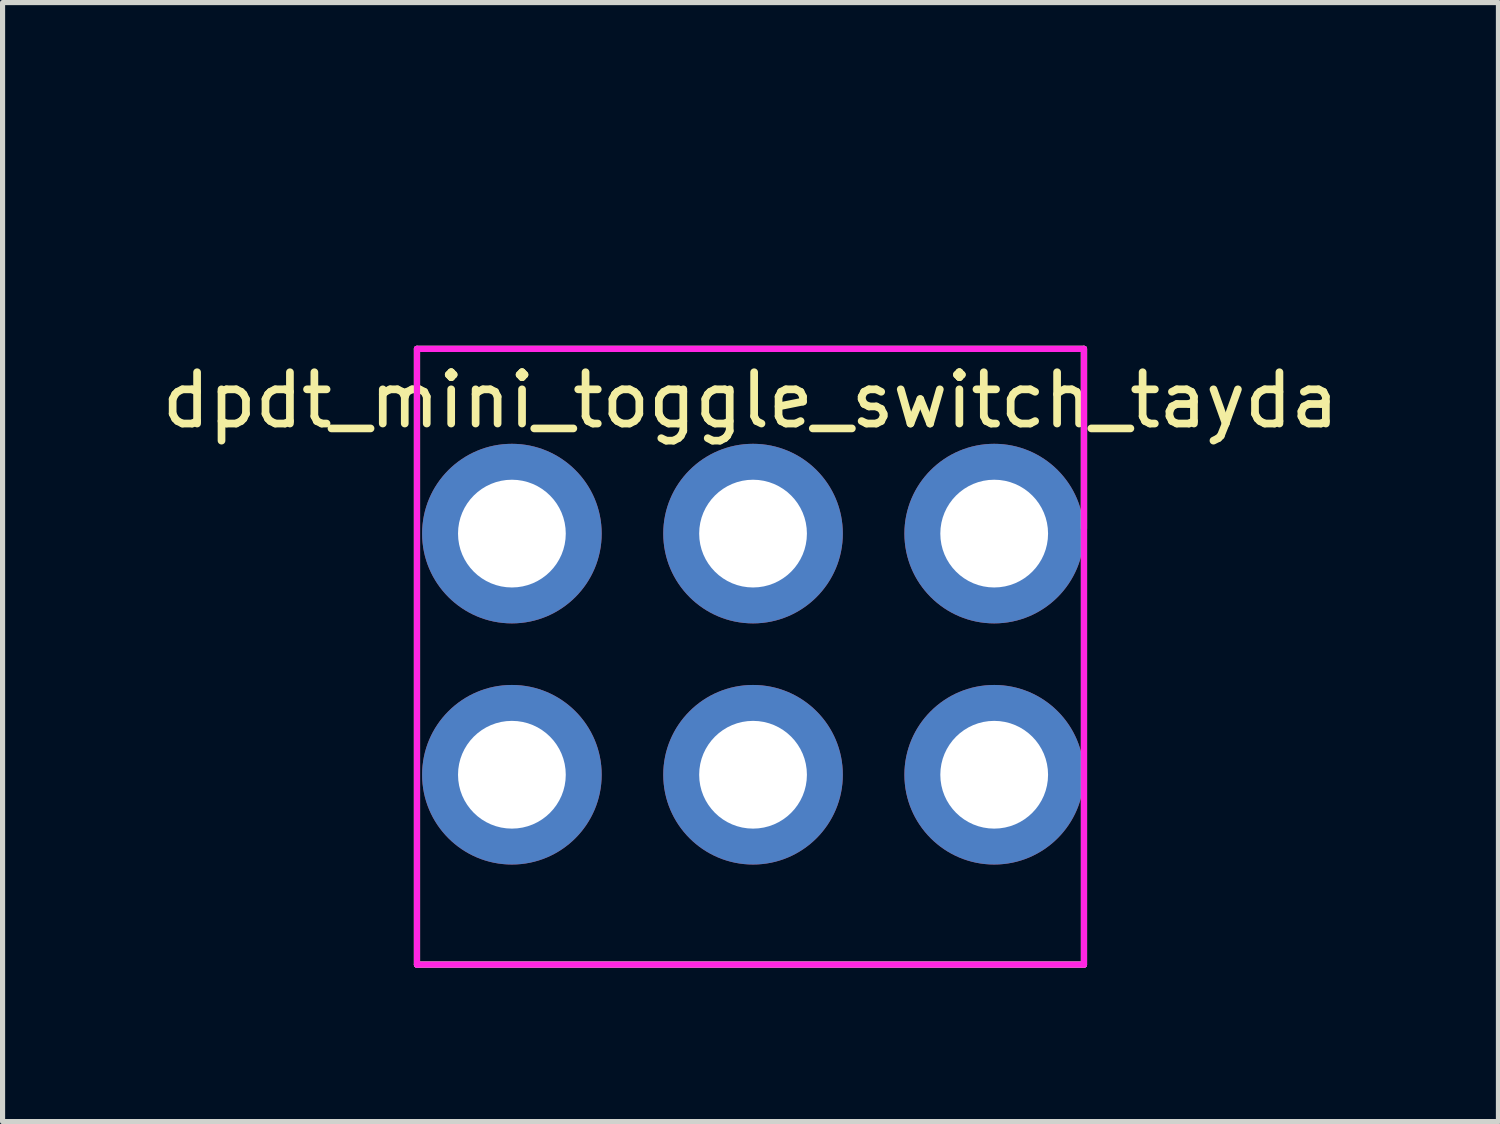
<source format=kicad_pcb>
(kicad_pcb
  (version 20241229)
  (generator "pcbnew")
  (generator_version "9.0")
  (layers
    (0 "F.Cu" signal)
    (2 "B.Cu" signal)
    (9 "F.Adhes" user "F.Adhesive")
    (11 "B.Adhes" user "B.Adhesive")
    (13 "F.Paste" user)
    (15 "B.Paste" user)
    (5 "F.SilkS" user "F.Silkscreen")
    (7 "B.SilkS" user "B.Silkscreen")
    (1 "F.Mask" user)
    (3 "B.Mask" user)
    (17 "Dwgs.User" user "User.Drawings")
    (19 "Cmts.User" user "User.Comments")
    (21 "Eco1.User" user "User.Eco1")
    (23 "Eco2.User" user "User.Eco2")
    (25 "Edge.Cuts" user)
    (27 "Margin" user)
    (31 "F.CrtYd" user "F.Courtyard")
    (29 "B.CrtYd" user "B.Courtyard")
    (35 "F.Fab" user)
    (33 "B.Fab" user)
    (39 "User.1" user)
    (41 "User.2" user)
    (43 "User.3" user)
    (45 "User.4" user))
  (footprint "dpdt_mini_toggle_switch_tayda"
    (layer "F.Cu")
    (at 11.577 0.25)
    (property "Reference" "dpdt_mini_toggle_switch_tayda" (at 0 4.5 0) (layer "F.SilkS") (effects (font (size 1 1) (thickness 0.15))))
    (attr through_hole)
    (fp_line (start -6.5 3.5) (end 6.5 3.5) (stroke (width 0.12) (type solid)) (layer "F.SilkS"))
    (fp_line (start -6.5 15.5) (end -6.5 3.5) (stroke (width 0.12) (type solid)) (layer "F.SilkS"))
    (fp_line (start 6.5 3.5) (end 6.5 7) (stroke (width 0.12) (type solid)) (layer "F.SilkS"))
    (fp_line (start 6.5 3.5) (end 6.5 15.5) (stroke (width 0.12) (type solid)) (layer "F.SilkS"))
    (fp_line (start 6.5 15.5) (end -6.5 15.5) (stroke (width 0.12) (type solid)) (layer "F.SilkS"))
    (fp_line (start -6.5 3.5) (end 6.5 3.5) (stroke (width 0.12) (type solid)) (layer "F.CrtYd"))
    (fp_line (start -6.5 15.5) (end -6.5 3.5) (stroke (width 0.12) (type solid)) (layer "F.CrtYd"))
    (fp_line (start 6.5 3.5) (end 6.5 15.5) (stroke (width 0.12) (type solid)) (layer "F.CrtYd"))
    (fp_line (start 6.5 15.5) (end -6.5 15.5) (stroke (width 0.12) (type solid)) (layer "F.CrtYd"))
    (fp_line (start -6.5 3.5) (end 6.5 3.5) (stroke (width 0.12) (type solid)) (layer "F.Fab"))
    (fp_line (start -6.5 15.5) (end -6.5 3.5) (stroke (width 0.12) (type solid)) (layer "F.Fab"))
    (fp_line (start 6.5 3.5) (end 6.5 15.5) (stroke (width 0.12) (type solid)) (layer "F.Fab"))
    (fp_line (start 6.5 15.5) (end -6.5 15.5) (stroke (width 0.12) (type solid)) (layer "F.Fab"))
    (pad "1" thru_hole circle (at -4.65 7.1) (size 3.5 3.5) (drill 2.1) (layers "*.Cu" "*.Mask"))
    (pad "2" thru_hole circle (at 0.05 7.1) (size 3.5 3.5) (drill 2.1) (layers "*.Cu" "*.Mask"))
    (pad "3" thru_hole circle (at 4.75 7.1) (size 3.5 3.5) (drill 2.1) (layers "*.Cu" "*.Mask"))
    (pad "4" thru_hole circle (at -4.65 11.8) (size 3.5 3.5) (drill 2.1) (layers "*.Cu" "*.Mask"))
    (pad "5" thru_hole circle (at 0.05 11.8) (size 3.5 3.5) (drill 2.1) (layers "*.Cu" "*.Mask"))
    (pad "6" thru_hole circle (at 4.75 11.8) (size 3.5 3.5) (drill 2.1) (layers "*.Cu" "*.Mask")))
  (gr_rect
    (start -3 -3)
    (end 26.155 18.81)
    (stroke (width 0.1) (type default))
    (fill no)
    (layer "Edge.Cuts")))
</source>
